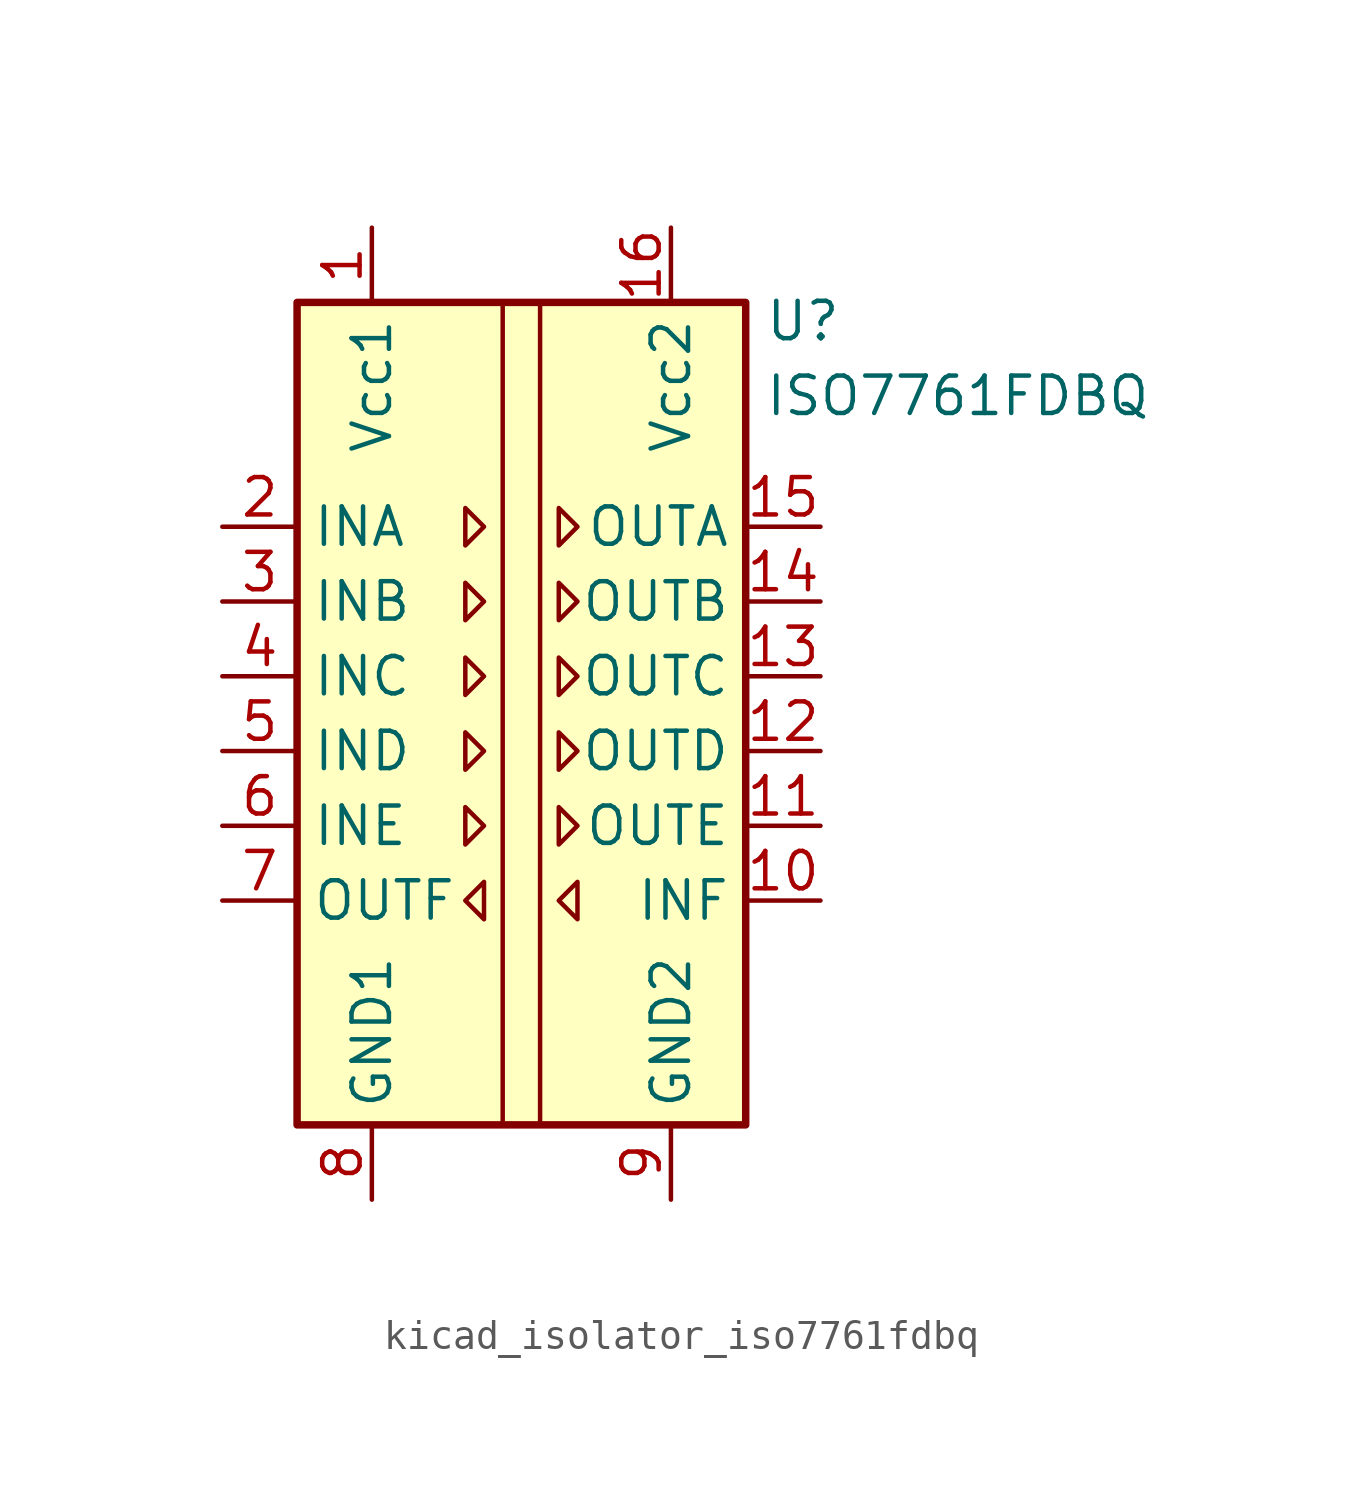
<source format=kicad_sym>
(kicad_symbol_lib
  (version 20220914)
  (generator kicad_symbol_editor)
  (symbol "kicad_isolator_iso7761fdbq"
    (property "Reference" "U"
      (at 8.255 14.605 0)
      (effects (font (size 1.27 1.27)) (justify left)))
    (property "Value" "ISO7761FDBQ"
      (at 8.255 12.065 0)
      (effects (font (size 1.27 1.27)) (justify left)))
    (symbol "kicad_isolator_iso7761fdbq_0_1"
      (rectangle (start -7.62 15.24) (end 7.62 -12.7) (stroke (width 0.254) (type default)) (fill (type background)))
      (polyline (pts (xy -0.635 15.24) (xy -0.635 -12.7)) (stroke (width 0) (type default)) (fill (type none)))
      (polyline (pts (xy 0.635 15.24) (xy 0.635 -12.7)) (stroke (width 0) (type default)) (fill (type none)))
      (polyline (pts (xy -1.905 8.255) (xy -1.27 7.62) (xy -1.905 6.985) (xy -1.905 8.255)) (stroke (width 0) (type default)) (fill (type none)))
      (polyline (pts (xy 1.27 8.255) (xy 1.905 7.62) (xy 1.27 6.985) (xy 1.27 8.255)) (stroke (width 0) (type default)) (fill (type none))))
    (symbol "kicad_isolator_iso7761fdbq_1_1"
      (polyline (pts (xy -1.905 -1.905) (xy -1.27 -2.54) (xy -1.905 -3.175) (xy -1.905 -1.905)) (stroke (width 0) (type default)) (fill (type none)))
      (polyline (pts (xy -1.905 0.635) (xy -1.27 0) (xy -1.905 -0.635) (xy -1.905 0.635)) (stroke (width 0) (type default)) (fill (type none)))
      (polyline (pts (xy -1.905 3.175) (xy -1.27 2.54) (xy -1.905 1.905) (xy -1.905 3.175)) (stroke (width 0) (type default)) (fill (type none)))
      (polyline (pts (xy -1.905 5.715) (xy -1.27 5.08) (xy -1.905 4.445) (xy -1.905 5.715)) (stroke (width 0) (type default)) (fill (type none)))
      (polyline (pts (xy -1.27 -4.445) (xy -1.905 -5.08) (xy -1.27 -5.715) (xy -1.27 -4.445)) (stroke (width 0) (type default)) (fill (type none)))
      (polyline (pts (xy 1.27 -1.905) (xy 1.905 -2.54) (xy 1.27 -3.175) (xy 1.27 -1.905)) (stroke (width 0) (type default)) (fill (type none)))
      (polyline (pts (xy 1.27 0.635) (xy 1.905 0) (xy 1.27 -0.635) (xy 1.27 0.635)) (stroke (width 0) (type default)) (fill (type none)))
      (polyline (pts (xy 1.27 3.175) (xy 1.905 2.54) (xy 1.27 1.905) (xy 1.27 3.175)) (stroke (width 0) (type default)) (fill (type none)))
      (polyline (pts (xy 1.27 5.715) (xy 1.905 5.08) (xy 1.27 4.445) (xy 1.27 5.715)) (stroke (width 0) (type default)) (fill (type none)))
      (polyline (pts (xy 1.905 -4.445) (xy 1.27 -5.08) (xy 1.905 -5.715) (xy 1.905 -4.445)) (stroke (width 0) (type default)) (fill (type none)))
      (pin power_in line (at -5.08 17.78 270) (length 2.54) (name "Vcc1" (effects (font (size 1.27 1.27)))) (number "1" (effects (font (size 1.27 1.27)))))
      (pin input line (at 10.16 -5.08 180) (length 2.54) (name "INF" (effects (font (size 1.27 1.27)))) (number "10" (effects (font (size 1.27 1.27)))))
      (pin output line (at 10.16 -2.54 180) (length 2.54) (name "OUTE" (effects (font (size 1.27 1.27)))) (number "11" (effects (font (size 1.27 1.27)))))
      (pin output line (at 10.16 0 180) (length 2.54) (name "OUTD" (effects (font (size 1.27 1.27)))) (number "12" (effects (font (size 1.27 1.27)))))
      (pin output line (at 10.16 2.54 180) (length 2.54) (name "OUTC" (effects (font (size 1.27 1.27)))) (number "13" (effects (font (size 1.27 1.27)))))
      (pin output line (at 10.16 5.08 180) (length 2.54) (name "OUTB" (effects (font (size 1.27 1.27)))) (number "14" (effects (font (size 1.27 1.27)))))
      (pin output line (at 10.16 7.62 180) (length 2.54) (name "OUTA" (effects (font (size 1.27 1.27)))) (number "15" (effects (font (size 1.27 1.27)))))
      (pin power_in line (at 5.08 17.78 270) (length 2.54) (name "Vcc2" (effects (font (size 1.27 1.27)))) (number "16" (effects (font (size 1.27 1.27)))))
      (pin input line (at -10.16 7.62 0) (length 2.54) (name "INA" (effects (font (size 1.27 1.27)))) (number "2" (effects (font (size 1.27 1.27)))))
      (pin input line (at -10.16 5.08 0) (length 2.54) (name "INB" (effects (font (size 1.27 1.27)))) (number "3" (effects (font (size 1.27 1.27)))))
      (pin input line (at -10.16 2.54 0) (length 2.54) (name "INC" (effects (font (size 1.27 1.27)))) (number "4" (effects (font (size 1.27 1.27)))))
      (pin input line (at -10.16 0 0) (length 2.54) (name "IND" (effects (font (size 1.27 1.27)))) (number "5" (effects (font (size 1.27 1.27)))))
      (pin input line (at -10.16 -2.54 0) (length 2.54) (name "INE" (effects (font (size 1.27 1.27)))) (number "6" (effects (font (size 1.27 1.27)))))
      (pin output line (at -10.16 -5.08 0) (length 2.54) (name "OUTF" (effects (font (size 1.27 1.27)))) (number "7" (effects (font (size 1.27 1.27)))))
      (pin power_in line (at -5.08 -15.24 90) (length 2.54) (name "GND1" (effects (font (size 1.27 1.27)))) (number "8" (effects (font (size 1.27 1.27)))))
      (pin power_in line (at 5.08 -15.24 90) (length 2.54) (name "GND2" (effects (font (size 1.27 1.27)))) (number "9" (effects (font (size 1.27 1.27))))))))
</source>
